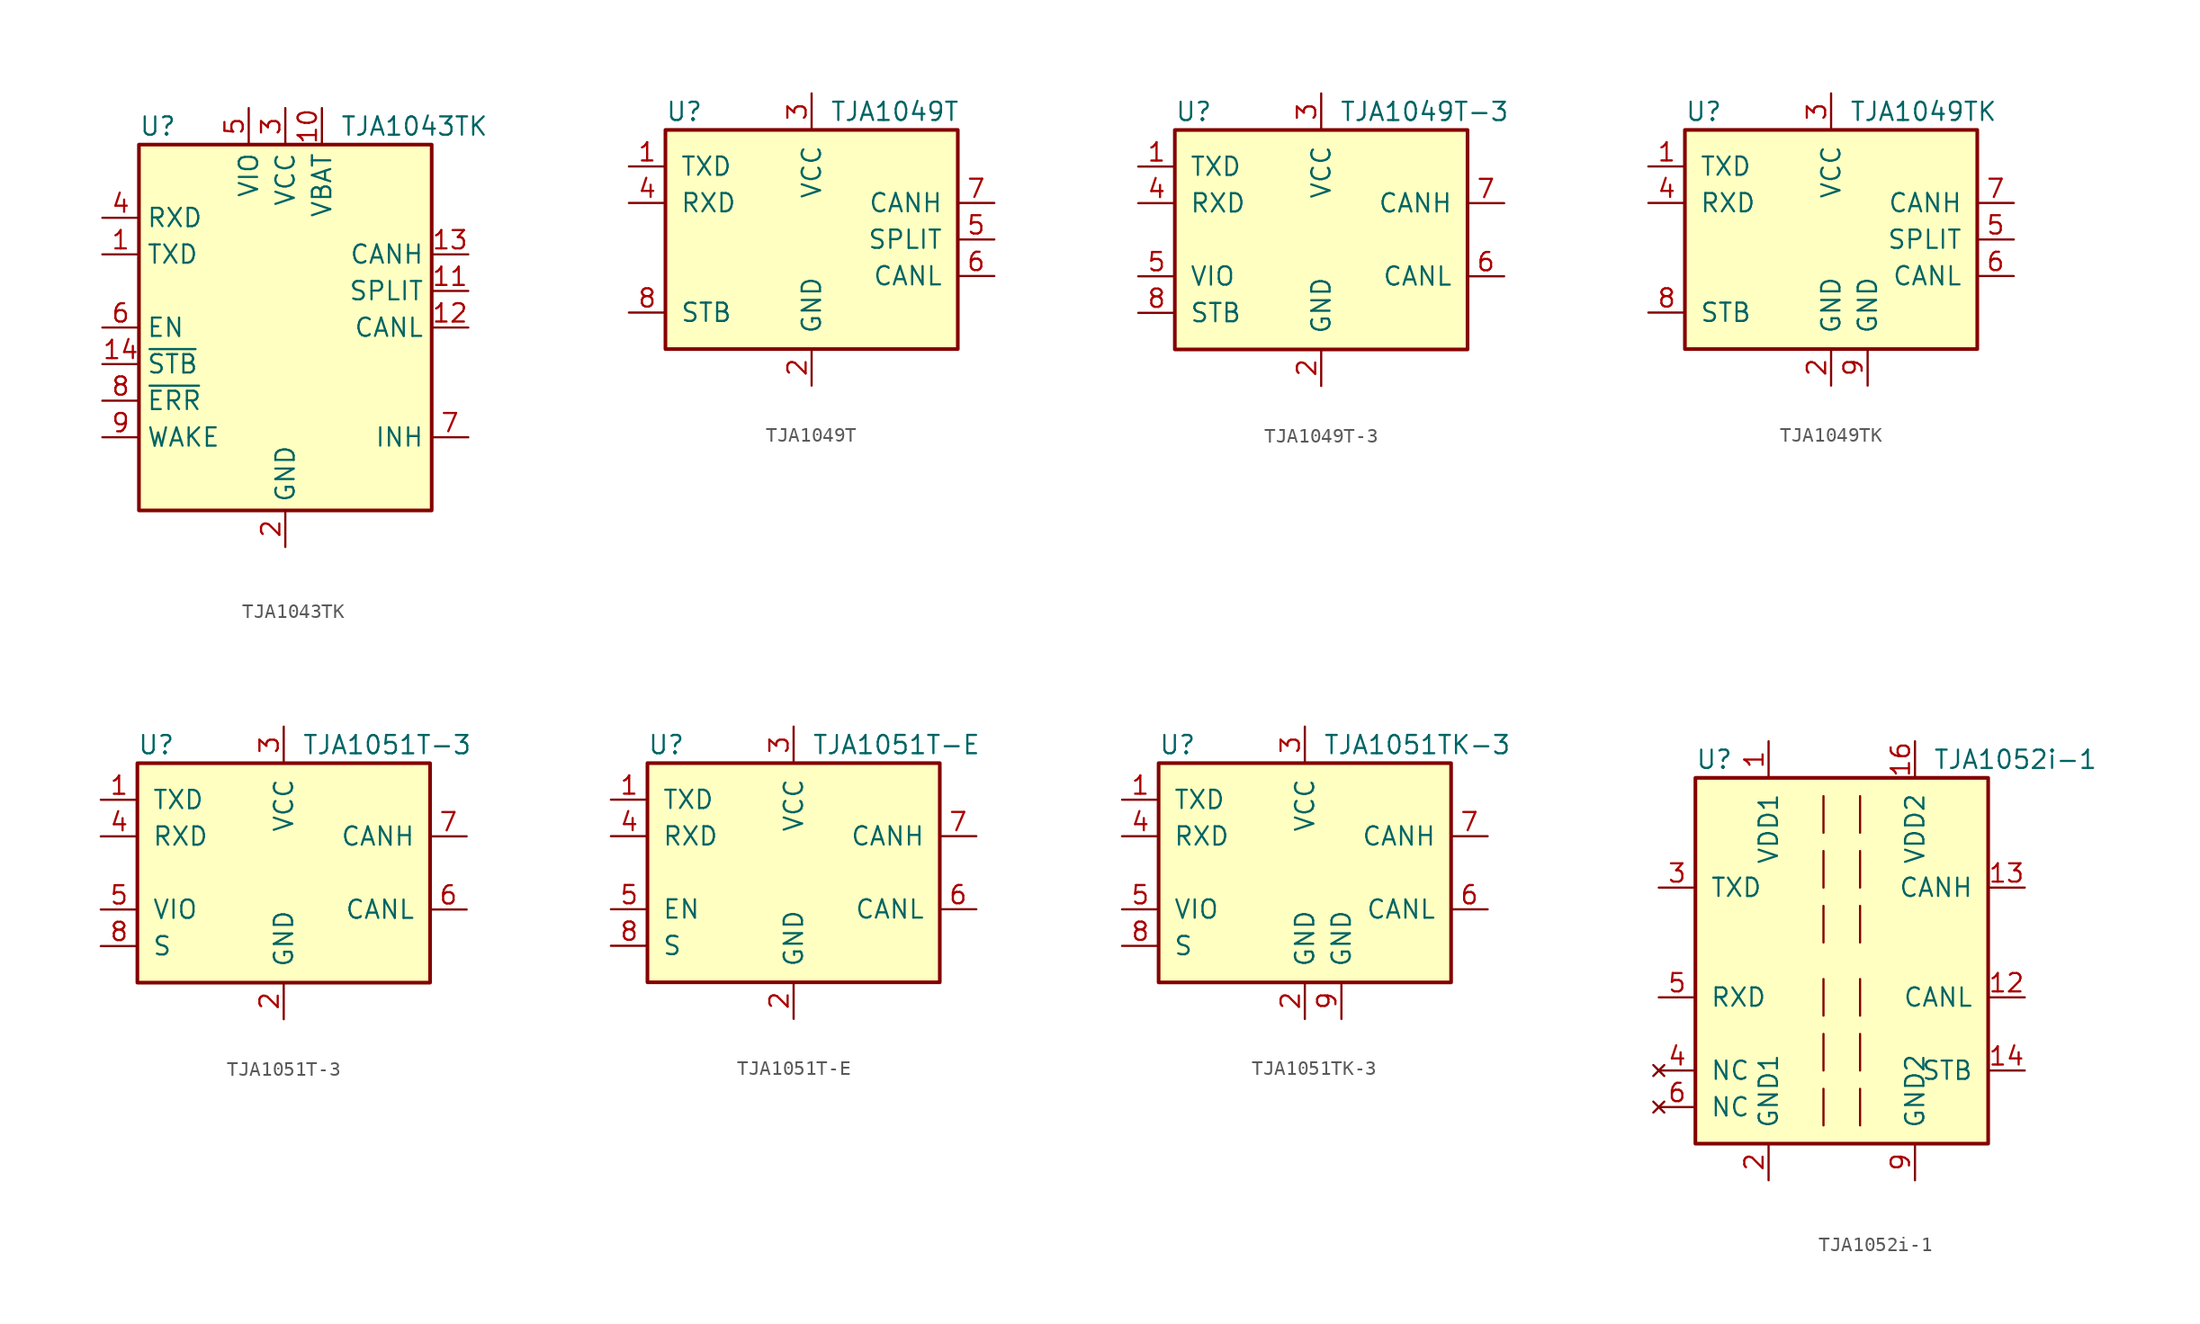
<source format=kicad_sym>
(kicad_symbol_lib
  (version 20201005)
  (generator kicad_symbol_editor)
  (symbol "TJA1043TK"
    (property "Reference" "U"
      (at -10.16 13.97 0)
      (effects (font (size 1.27 1.27)) (justify left)))
    (property "Value" "TJA1043TK"
      (at 3.81 13.97 0)
      (effects (font (size 1.27 1.27)) (justify left)))
    (symbol "TJA1043TK_0_1"
      (rectangle (start -10.16 12.7) (end 10.16 -12.7) (stroke (width 0.254)) (fill (type background))))
    (symbol "TJA1043TK_1_1"
      (pin input line (at -12.7 5.08 0) (length 2.54) (name "TXD" (effects (font (size 1.27 1.27)))) (number "1" (effects (font (size 1.27 1.27)))))
      (pin power_in line (at 2.54 15.24 270) (length 2.54) (name "VBAT" (effects (font (size 1.27 1.27)))) (number "10" (effects (font (size 1.27 1.27)))))
      (pin output line (at 12.7 2.54 180) (length 2.54) (name "SPLIT" (effects (font (size 1.27 1.27)))) (number "11" (effects (font (size 1.27 1.27)))))
      (pin bidirectional line (at 12.7 0 180) (length 2.54) (name "CANL" (effects (font (size 1.27 1.27)))) (number "12" (effects (font (size 1.27 1.27)))))
      (pin bidirectional line (at 12.7 5.08 180) (length 2.54) (name "CANH" (effects (font (size 1.27 1.27)))) (number "13" (effects (font (size 1.27 1.27)))))
      (pin input line (at -12.7 -2.54 0) (length 2.54) (name "~STB" (effects (font (size 1.27 1.27)))) (number "14" (effects (font (size 1.27 1.27)))))
      (pin passive line (at 0 -15.24 90) (length 2.54) hide (name "GND" (effects (font (size 1.27 1.27)))) (number "15" (effects (font (size 1.27 1.27)))))
      (pin power_in line (at 0 -15.24 90) (length 2.54) (name "GND" (effects (font (size 1.27 1.27)))) (number "2" (effects (font (size 1.27 1.27)))))
      (pin power_in line (at 0 15.24 270) (length 2.54) (name "VCC" (effects (font (size 1.27 1.27)))) (number "3" (effects (font (size 1.27 1.27)))))
      (pin output line (at -12.7 7.62 0) (length 2.54) (name "RXD" (effects (font (size 1.27 1.27)))) (number "4" (effects (font (size 1.27 1.27)))))
      (pin power_in line (at -2.54 15.24 270) (length 2.54) (name "VIO" (effects (font (size 1.27 1.27)))) (number "5" (effects (font (size 1.27 1.27)))))
      (pin input line (at -12.7 0 0) (length 2.54) (name "EN" (effects (font (size 1.27 1.27)))) (number "6" (effects (font (size 1.27 1.27)))))
      (pin open_emitter line (at 12.7 -7.62 180) (length 2.54) (name "INH" (effects (font (size 1.27 1.27)))) (number "7" (effects (font (size 1.27 1.27)))))
      (pin output line (at -12.7 -5.08 0) (length 2.54) (name "~ERR" (effects (font (size 1.27 1.27)))) (number "8" (effects (font (size 1.27 1.27)))))
      (pin input line (at -12.7 -7.62 0) (length 2.54) (name "WAKE" (effects (font (size 1.27 1.27)))) (number "9" (effects (font (size 1.27 1.27)))))))
  (symbol "TJA1049T"
    (pin_names
      (offset 1.016))
    (property "Reference" "U"
      (at -10.16 8.89 0)
      (effects (font (size 1.27 1.27)) (justify left)))
    (property "Value" "TJA1049T"
      (at 1.27 8.89 0)
      (effects (font (size 1.27 1.27)) (justify left)))
    (symbol "TJA1049T_0_1"
      (rectangle (start -10.16 7.62) (end 10.16 -7.62) (stroke (width 0.254)) (fill (type background))))
    (symbol "TJA1049T_1_1"
      (pin input line (at -12.7 5.08 0) (length 2.54) (name "TXD" (effects (font (size 1.27 1.27)))) (number "1" (effects (font (size 1.27 1.27)))))
      (pin power_in line (at 0 -10.16 90) (length 2.54) (name "GND" (effects (font (size 1.27 1.27)))) (number "2" (effects (font (size 1.27 1.27)))))
      (pin power_in line (at 0 10.16 270) (length 2.54) (name "VCC" (effects (font (size 1.27 1.27)))) (number "3" (effects (font (size 1.27 1.27)))))
      (pin output line (at -12.7 2.54 0) (length 2.54) (name "RXD" (effects (font (size 1.27 1.27)))) (number "4" (effects (font (size 1.27 1.27)))))
      (pin power_out line (at 12.7 0 180) (length 2.54) (name "SPLIT" (effects (font (size 1.27 1.27)))) (number "5" (effects (font (size 1.27 1.27)))))
      (pin bidirectional line (at 12.7 -2.54 180) (length 2.54) (name "CANL" (effects (font (size 1.27 1.27)))) (number "6" (effects (font (size 1.27 1.27)))))
      (pin bidirectional line (at 12.7 2.54 180) (length 2.54) (name "CANH" (effects (font (size 1.27 1.27)))) (number "7" (effects (font (size 1.27 1.27)))))
      (pin input line (at -12.7 -5.08 0) (length 2.54) (name "STB" (effects (font (size 1.27 1.27)))) (number "8" (effects (font (size 1.27 1.27)))))))
  (symbol "TJA1049T-3"
    (pin_names
      (offset 1.016))
    (property "Reference" "U"
      (at -10.16 8.89 0)
      (effects (font (size 1.27 1.27)) (justify left)))
    (property "Value" "TJA1049T-3"
      (at 1.27 8.89 0)
      (effects (font (size 1.27 1.27)) (justify left)))
    (symbol "TJA1049T-3_0_1"
      (rectangle (start -10.16 7.62) (end 10.16 -7.62) (stroke (width 0.254)) (fill (type background))))
    (symbol "TJA1049T-3_1_1"
      (pin input line (at -12.7 5.08 0) (length 2.54) (name "TXD" (effects (font (size 1.27 1.27)))) (number "1" (effects (font (size 1.27 1.27)))))
      (pin power_in line (at 0 -10.16 90) (length 2.54) (name "GND" (effects (font (size 1.27 1.27)))) (number "2" (effects (font (size 1.27 1.27)))))
      (pin power_in line (at 0 10.16 270) (length 2.54) (name "VCC" (effects (font (size 1.27 1.27)))) (number "3" (effects (font (size 1.27 1.27)))))
      (pin output line (at -12.7 2.54 0) (length 2.54) (name "RXD" (effects (font (size 1.27 1.27)))) (number "4" (effects (font (size 1.27 1.27)))))
      (pin power_in line (at -12.7 -2.54 0) (length 2.54) (name "VIO" (effects (font (size 1.27 1.27)))) (number "5" (effects (font (size 1.27 1.27)))))
      (pin bidirectional line (at 12.7 -2.54 180) (length 2.54) (name "CANL" (effects (font (size 1.27 1.27)))) (number "6" (effects (font (size 1.27 1.27)))))
      (pin bidirectional line (at 12.7 2.54 180) (length 2.54) (name "CANH" (effects (font (size 1.27 1.27)))) (number "7" (effects (font (size 1.27 1.27)))))
      (pin input line (at -12.7 -5.08 0) (length 2.54) (name "STB" (effects (font (size 1.27 1.27)))) (number "8" (effects (font (size 1.27 1.27)))))))
  (symbol "TJA1049TK"
    (pin_names
      (offset 1.016))
    (property "Reference" "U"
      (at -10.16 8.89 0)
      (effects (font (size 1.27 1.27)) (justify left)))
    (property "Value" "TJA1049TK"
      (at 1.27 8.89 0)
      (effects (font (size 1.27 1.27)) (justify left)))
    (symbol "TJA1049TK_0_1"
      (rectangle (start -10.16 7.62) (end 10.16 -7.62) (stroke (width 0.254)) (fill (type background))))
    (symbol "TJA1049TK_1_1"
      (pin input line (at -12.7 5.08 0) (length 2.54) (name "TXD" (effects (font (size 1.27 1.27)))) (number "1" (effects (font (size 1.27 1.27)))))
      (pin power_in line (at 0 -10.16 90) (length 2.54) (name "GND" (effects (font (size 1.27 1.27)))) (number "2" (effects (font (size 1.27 1.27)))))
      (pin power_in line (at 0 10.16 270) (length 2.54) (name "VCC" (effects (font (size 1.27 1.27)))) (number "3" (effects (font (size 1.27 1.27)))))
      (pin output line (at -12.7 2.54 0) (length 2.54) (name "RXD" (effects (font (size 1.27 1.27)))) (number "4" (effects (font (size 1.27 1.27)))))
      (pin power_out line (at 12.7 0 180) (length 2.54) (name "SPLIT" (effects (font (size 1.27 1.27)))) (number "5" (effects (font (size 1.27 1.27)))))
      (pin bidirectional line (at 12.7 -2.54 180) (length 2.54) (name "CANL" (effects (font (size 1.27 1.27)))) (number "6" (effects (font (size 1.27 1.27)))))
      (pin bidirectional line (at 12.7 2.54 180) (length 2.54) (name "CANH" (effects (font (size 1.27 1.27)))) (number "7" (effects (font (size 1.27 1.27)))))
      (pin input line (at -12.7 -5.08 0) (length 2.54) (name "STB" (effects (font (size 1.27 1.27)))) (number "8" (effects (font (size 1.27 1.27)))))
      (pin power_in line (at 2.54 -10.16 90) (length 2.54) (name "GND" (effects (font (size 1.27 1.27)))) (number "9" (effects (font (size 1.27 1.27)))))))
  (symbol "TJA1051T-3"
    (pin_names
      (offset 1.016))
    (property "Reference" "U"
      (at -10.16 8.89 0)
      (effects (font (size 1.27 1.27)) (justify left)))
    (property "Value" "TJA1051T-3"
      (at 1.27 8.89 0)
      (effects (font (size 1.27 1.27)) (justify left)))
    (symbol "TJA1051T-3_0_1"
      (rectangle (start -10.16 7.62) (end 10.16 -7.62) (stroke (width 0.254)) (fill (type background))))
    (symbol "TJA1051T-3_1_1"
      (pin input line (at -12.7 5.08 0) (length 2.54) (name "TXD" (effects (font (size 1.27 1.27)))) (number "1" (effects (font (size 1.27 1.27)))))
      (pin power_in line (at 0 -10.16 90) (length 2.54) (name "GND" (effects (font (size 1.27 1.27)))) (number "2" (effects (font (size 1.27 1.27)))))
      (pin power_in line (at 0 10.16 270) (length 2.54) (name "VCC" (effects (font (size 1.27 1.27)))) (number "3" (effects (font (size 1.27 1.27)))))
      (pin output line (at -12.7 2.54 0) (length 2.54) (name "RXD" (effects (font (size 1.27 1.27)))) (number "4" (effects (font (size 1.27 1.27)))))
      (pin power_in line (at -12.7 -2.54 0) (length 2.54) (name "VIO" (effects (font (size 1.27 1.27)))) (number "5" (effects (font (size 1.27 1.27)))))
      (pin bidirectional line (at 12.7 -2.54 180) (length 2.54) (name "CANL" (effects (font (size 1.27 1.27)))) (number "6" (effects (font (size 1.27 1.27)))))
      (pin bidirectional line (at 12.7 2.54 180) (length 2.54) (name "CANH" (effects (font (size 1.27 1.27)))) (number "7" (effects (font (size 1.27 1.27)))))
      (pin input line (at -12.7 -5.08 0) (length 2.54) (name "S" (effects (font (size 1.27 1.27)))) (number "8" (effects (font (size 1.27 1.27)))))))
  (symbol "TJA1051T-E"
    (pin_names
      (offset 1.016))
    (property "Reference" "U"
      (at -10.16 8.89 0)
      (effects (font (size 1.27 1.27)) (justify left)))
    (property "Value" "TJA1051T-E"
      (at 1.27 8.89 0)
      (effects (font (size 1.27 1.27)) (justify left)))
    (symbol "TJA1051T-E_0_1"
      (rectangle (start -10.16 7.62) (end 10.16 -7.62) (stroke (width 0.254)) (fill (type background))))
    (symbol "TJA1051T-E_1_1"
      (pin input line (at -12.7 5.08 0) (length 2.54) (name "TXD" (effects (font (size 1.27 1.27)))) (number "1" (effects (font (size 1.27 1.27)))))
      (pin power_in line (at 0 -10.16 90) (length 2.54) (name "GND" (effects (font (size 1.27 1.27)))) (number "2" (effects (font (size 1.27 1.27)))))
      (pin power_in line (at 0 10.16 270) (length 2.54) (name "VCC" (effects (font (size 1.27 1.27)))) (number "3" (effects (font (size 1.27 1.27)))))
      (pin output line (at -12.7 2.54 0) (length 2.54) (name "RXD" (effects (font (size 1.27 1.27)))) (number "4" (effects (font (size 1.27 1.27)))))
      (pin input line (at -12.7 -2.54 0) (length 2.54) (name "EN" (effects (font (size 1.27 1.27)))) (number "5" (effects (font (size 1.27 1.27)))))
      (pin bidirectional line (at 12.7 -2.54 180) (length 2.54) (name "CANL" (effects (font (size 1.27 1.27)))) (number "6" (effects (font (size 1.27 1.27)))))
      (pin bidirectional line (at 12.7 2.54 180) (length 2.54) (name "CANH" (effects (font (size 1.27 1.27)))) (number "7" (effects (font (size 1.27 1.27)))))
      (pin input line (at -12.7 -5.08 0) (length 2.54) (name "S" (effects (font (size 1.27 1.27)))) (number "8" (effects (font (size 1.27 1.27)))))))
  (symbol "TJA1051TK-3"
    (pin_names
      (offset 1.016))
    (property "Reference" "U"
      (at -10.16 8.89 0)
      (effects (font (size 1.27 1.27)) (justify left)))
    (property "Value" "TJA1051TK-3"
      (at 1.27 8.89 0)
      (effects (font (size 1.27 1.27)) (justify left)))
    (symbol "TJA1051TK-3_0_1"
      (rectangle (start -10.16 7.62) (end 10.16 -7.62) (stroke (width 0.254)) (fill (type background))))
    (symbol "TJA1051TK-3_1_1"
      (pin input line (at -12.7 5.08 0) (length 2.54) (name "TXD" (effects (font (size 1.27 1.27)))) (number "1" (effects (font (size 1.27 1.27)))))
      (pin power_in line (at 0 -10.16 90) (length 2.54) (name "GND" (effects (font (size 1.27 1.27)))) (number "2" (effects (font (size 1.27 1.27)))))
      (pin power_in line (at 0 10.16 270) (length 2.54) (name "VCC" (effects (font (size 1.27 1.27)))) (number "3" (effects (font (size 1.27 1.27)))))
      (pin output line (at -12.7 2.54 0) (length 2.54) (name "RXD" (effects (font (size 1.27 1.27)))) (number "4" (effects (font (size 1.27 1.27)))))
      (pin power_in line (at -12.7 -2.54 0) (length 2.54) (name "VIO" (effects (font (size 1.27 1.27)))) (number "5" (effects (font (size 1.27 1.27)))))
      (pin bidirectional line (at 12.7 -2.54 180) (length 2.54) (name "CANL" (effects (font (size 1.27 1.27)))) (number "6" (effects (font (size 1.27 1.27)))))
      (pin bidirectional line (at 12.7 2.54 180) (length 2.54) (name "CANH" (effects (font (size 1.27 1.27)))) (number "7" (effects (font (size 1.27 1.27)))))
      (pin input line (at -12.7 -5.08 0) (length 2.54) (name "S" (effects (font (size 1.27 1.27)))) (number "8" (effects (font (size 1.27 1.27)))))
      (pin power_in line (at 2.54 -10.16 90) (length 2.54) (name "GND" (effects (font (size 1.27 1.27)))) (number "9" (effects (font (size 1.27 1.27)))))))
  (symbol "TJA1052i-1"
    (pin_names
      (offset 1.016))
    (property "Reference" "U"
      (at -10.16 13.97 0)
      (effects (font (size 1.27 1.27)) (justify left)))
    (property "Value" "TJA1052i-1"
      (at 17.78 13.97 0)
      (effects (font (size 1.27 1.27)) (justify right)))
    (symbol "TJA1052i-1_0_1"
      (rectangle (start -10.16 12.7) (end 10.16 -12.7) (stroke (width 0.254)) (fill (type background)))
      (polyline (pts (xy -1.27 -11.43) (xy -1.27 -8.89)) (stroke (width 0)) (fill (type none)))
      (polyline (pts (xy -1.27 3.81) (xy -1.27 1.27)) (stroke (width 0)) (fill (type none)))
      (polyline (pts (xy -1.27 7.62) (xy -1.27 5.08)) (stroke (width 0)) (fill (type none)))
      (polyline (pts (xy -1.27 11.43) (xy -1.27 8.89)) (stroke (width 0)) (fill (type none)))
      (polyline (pts (xy 1.27 -11.43) (xy 1.27 -8.89)) (stroke (width 0)) (fill (type none)))
      (polyline (pts (xy 1.27 -7.62) (xy 1.27 -5.08)) (stroke (width 0)) (fill (type none)))
      (polyline (pts (xy 1.27 -3.81) (xy 1.27 -1.27)) (stroke (width 0)) (fill (type none)))
      (polyline (pts (xy 1.27 1.27) (xy 1.27 3.81)) (stroke (width 0)) (fill (type none)))
      (polyline (pts (xy 1.27 5.08) (xy 1.27 7.62)) (stroke (width 0)) (fill (type none)))
      (polyline (pts (xy 1.27 8.89) (xy 1.27 11.43)) (stroke (width 0)) (fill (type none)))
      (polyline (pts (xy -1.27 -7.62) (xy -1.27 -6.35) (xy -1.27 -5.08)) (stroke (width 0)) (fill (type none)))
      (polyline (pts (xy -1.27 -3.81) (xy -1.27 -2.54) (xy -1.27 -1.27)) (stroke (width 0)) (fill (type none))))
    (symbol "TJA1052i-1_1_1"
      (pin power_in line (at -5.08 15.24 270) (length 2.54) (name "VDD1" (effects (font (size 1.27 1.27)))) (number "1" (effects (font (size 1.27 1.27)))))
      (pin passive line (at 5.08 -15.24 90) (length 2.54) hide (name "GND2" (effects (font (size 1.27 1.27)))) (number "10" (effects (font (size 1.27 1.27)))))
      (pin passive line (at 5.08 15.24 270) (length 2.54) hide (name "VDD2" (effects (font (size 1.27 1.27)))) (number "11" (effects (font (size 1.27 1.27)))))
      (pin bidirectional line (at 12.7 -2.54 180) (length 2.54) (name "CANL" (effects (font (size 1.27 1.27)))) (number "12" (effects (font (size 1.27 1.27)))))
      (pin bidirectional line (at 12.7 5.08 180) (length 2.54) (name "CANH" (effects (font (size 1.27 1.27)))) (number "13" (effects (font (size 1.27 1.27)))))
      (pin input line (at 12.7 -7.62 180) (length 2.54) (name "STB" (effects (font (size 1.27 1.27)))) (number "14" (effects (font (size 1.27 1.27)))))
      (pin passive line (at 5.08 -15.24 90) (length 2.54) hide (name "GND2" (effects (font (size 1.27 1.27)))) (number "15" (effects (font (size 1.27 1.27)))))
      (pin power_in line (at 5.08 15.24 270) (length 2.54) (name "VDD2" (effects (font (size 1.27 1.27)))) (number "16" (effects (font (size 1.27 1.27)))))
      (pin power_in line (at -5.08 -15.24 90) (length 2.54) (name "GND1" (effects (font (size 1.27 1.27)))) (number "2" (effects (font (size 1.27 1.27)))))
      (pin input line (at -12.7 5.08 0) (length 2.54) (name "TXD" (effects (font (size 1.27 1.27)))) (number "3" (effects (font (size 1.27 1.27)))))
      (pin no_connect line (at -12.7 -7.62 0) (length 2.54) (name "NC" (effects (font (size 1.27 1.27)))) (number "4" (effects (font (size 1.27 1.27)))))
      (pin output line (at -12.7 -2.54 0) (length 2.54) (name "RXD" (effects (font (size 1.27 1.27)))) (number "5" (effects (font (size 1.27 1.27)))))
      (pin no_connect line (at -12.7 -10.16 0) (length 2.54) (name "NC" (effects (font (size 1.27 1.27)))) (number "6" (effects (font (size 1.27 1.27)))))
      (pin passive line (at -5.08 -15.24 90) (length 2.54) hide (name "GND1" (effects (font (size 1.27 1.27)))) (number "7" (effects (font (size 1.27 1.27)))))
      (pin passive line (at -5.08 -15.24 90) (length 2.54) hide (name "GND1" (effects (font (size 1.27 1.27)))) (number "8" (effects (font (size 1.27 1.27)))))
      (pin power_in line (at 5.08 -15.24 90) (length 2.54) (name "GND2" (effects (font (size 1.27 1.27)))) (number "9" (effects (font (size 1.27 1.27))))))))
</source>
